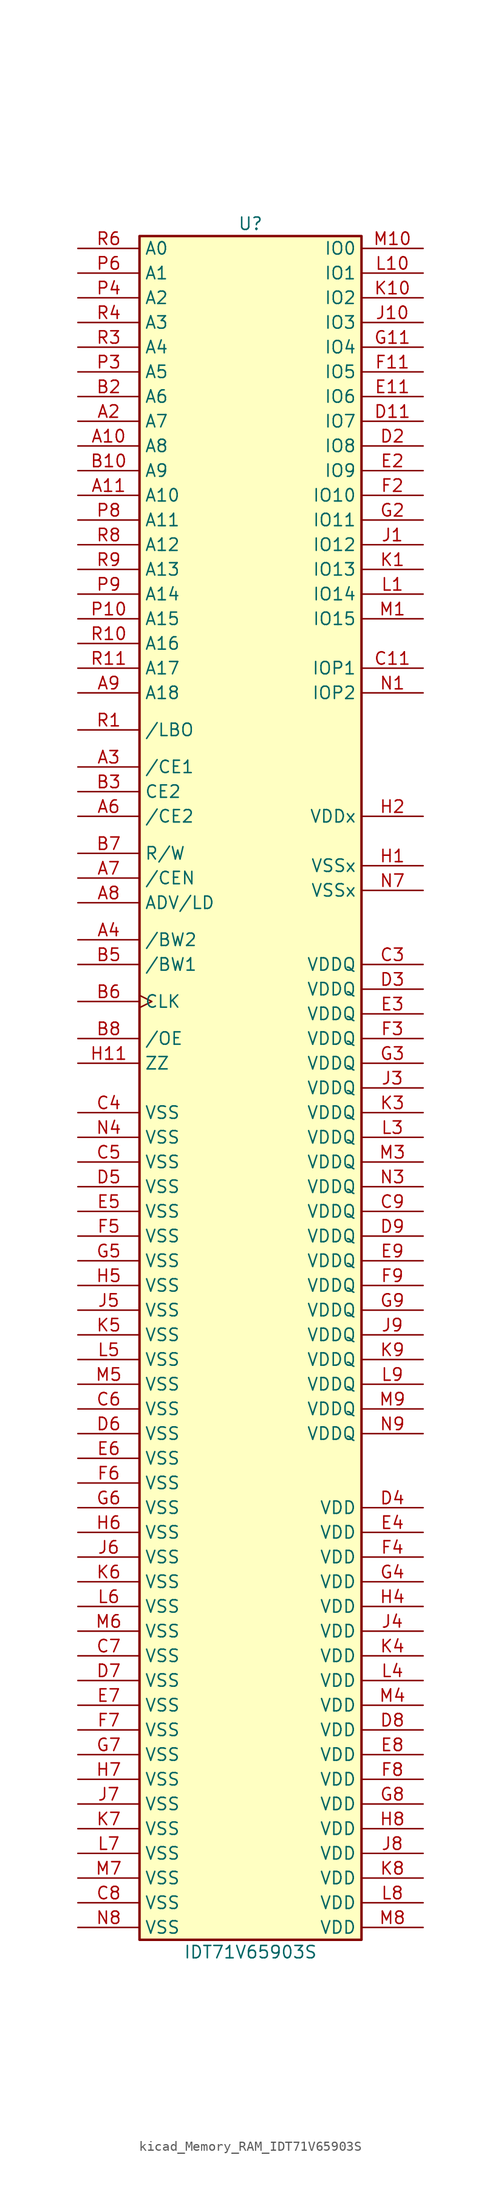
<source format=kicad_sym>
(kicad_symbol_lib
  (version 20220914)
  (generator kicad_symbol_editor)
  (symbol "kicad_Memory_RAM_IDT71V65903S"
    (property "Reference" "U"
      (at 0 88.9 0)
      (effects (font (size 1.27 1.27))))
    (property "Value" "IDT71V65903S"
      (at 0 -88.9 0)
      (effects (font (size 1.27 1.27))))
    (symbol "kicad_Memory_RAM_IDT71V65903S_0_1"
      (rectangle (start -11.43 87.63) (end 11.43 -87.63) (stroke (width 0.254) (type default)) (fill (type background))))
    (symbol "kicad_Memory_RAM_IDT71V65903S_1_1"
      (pin input line (at -17.78 66.04 0) (length 6.35) (name "A8" (effects (font (size 1.27 1.27)))) (number "A10" (effects (font (size 1.27 1.27)))))
      (pin input line (at -17.78 60.96 0) (length 6.35) (name "A10" (effects (font (size 1.27 1.27)))) (number "A11" (effects (font (size 1.27 1.27)))))
      (pin input line (at -17.78 68.58 0) (length 6.35) (name "A7" (effects (font (size 1.27 1.27)))) (number "A2" (effects (font (size 1.27 1.27)))))
      (pin input line (at -17.78 33.02 0) (length 6.35) (name "/CE1" (effects (font (size 1.27 1.27)))) (number "A3" (effects (font (size 1.27 1.27)))))
      (pin input line (at -17.78 15.24 0) (length 6.35) (name "/BW2" (effects (font (size 1.27 1.27)))) (number "A4" (effects (font (size 1.27 1.27)))))
      (pin input line (at -17.78 27.94 0) (length 6.35) (name "/CE2" (effects (font (size 1.27 1.27)))) (number "A6" (effects (font (size 1.27 1.27)))))
      (pin input line (at -17.78 21.59 0) (length 6.35) (name "/CEN" (effects (font (size 1.27 1.27)))) (number "A7" (effects (font (size 1.27 1.27)))))
      (pin input line (at -17.78 19.05 0) (length 6.35) (name "ADV/LD" (effects (font (size 1.27 1.27)))) (number "A8" (effects (font (size 1.27 1.27)))))
      (pin input line (at -17.78 40.64 0) (length 6.35) (name "A18" (effects (font (size 1.27 1.27)))) (number "A9" (effects (font (size 1.27 1.27)))))
      (pin input line (at -17.78 63.5 0) (length 6.35) (name "A9" (effects (font (size 1.27 1.27)))) (number "B10" (effects (font (size 1.27 1.27)))))
      (pin input line (at -17.78 71.12 0) (length 6.35) (name "A6" (effects (font (size 1.27 1.27)))) (number "B2" (effects (font (size 1.27 1.27)))))
      (pin input line (at -17.78 30.48 0) (length 6.35) (name "CE2" (effects (font (size 1.27 1.27)))) (number "B3" (effects (font (size 1.27 1.27)))))
      (pin input line (at -17.78 12.7 0) (length 6.35) (name "/BW1" (effects (font (size 1.27 1.27)))) (number "B5" (effects (font (size 1.27 1.27)))))
      (pin input clock (at -17.78 8.89 0) (length 6.35) (name "CLK" (effects (font (size 1.27 1.27)))) (number "B6" (effects (font (size 1.27 1.27)))))
      (pin input line (at -17.78 24.13 0) (length 6.35) (name "R/W" (effects (font (size 1.27 1.27)))) (number "B7" (effects (font (size 1.27 1.27)))))
      (pin input line (at -17.78 5.08 0) (length 6.35) (name "/OE" (effects (font (size 1.27 1.27)))) (number "B8" (effects (font (size 1.27 1.27)))))
      (pin bidirectional line (at 17.78 43.18 180) (length 6.35) (name "IOP1" (effects (font (size 1.27 1.27)))) (number "C11" (effects (font (size 1.27 1.27)))))
      (pin power_in line (at 17.78 12.7 180) (length 6.35) (name "VDDQ" (effects (font (size 1.27 1.27)))) (number "C3" (effects (font (size 1.27 1.27)))))
      (pin passive line (at -17.78 -2.54 0) (length 6.35) (name "VSS" (effects (font (size 1.27 1.27)))) (number "C4" (effects (font (size 1.27 1.27)))))
      (pin passive line (at -17.78 -7.62 0) (length 6.35) (name "VSS" (effects (font (size 1.27 1.27)))) (number "C5" (effects (font (size 1.27 1.27)))))
      (pin passive line (at -17.78 -33.02 0) (length 6.35) (name "VSS" (effects (font (size 1.27 1.27)))) (number "C6" (effects (font (size 1.27 1.27)))))
      (pin passive line (at -17.78 -58.42 0) (length 6.35) (name "VSS" (effects (font (size 1.27 1.27)))) (number "C7" (effects (font (size 1.27 1.27)))))
      (pin passive line (at -17.78 -83.82 0) (length 6.35) (name "VSS" (effects (font (size 1.27 1.27)))) (number "C8" (effects (font (size 1.27 1.27)))))
      (pin passive line (at 17.78 -12.7 180) (length 6.35) (name "VDDQ" (effects (font (size 1.27 1.27)))) (number "C9" (effects (font (size 1.27 1.27)))))
      (pin bidirectional line (at 17.78 68.58 180) (length 6.35) (name "IO7" (effects (font (size 1.27 1.27)))) (number "D11" (effects (font (size 1.27 1.27)))))
      (pin bidirectional line (at 17.78 66.04 180) (length 6.35) (name "IO8" (effects (font (size 1.27 1.27)))) (number "D2" (effects (font (size 1.27 1.27)))))
      (pin passive line (at 17.78 10.16 180) (length 6.35) (name "VDDQ" (effects (font (size 1.27 1.27)))) (number "D3" (effects (font (size 1.27 1.27)))))
      (pin passive line (at 17.78 -43.18 180) (length 6.35) (name "VDD" (effects (font (size 1.27 1.27)))) (number "D4" (effects (font (size 1.27 1.27)))))
      (pin passive line (at -17.78 -10.16 0) (length 6.35) (name "VSS" (effects (font (size 1.27 1.27)))) (number "D5" (effects (font (size 1.27 1.27)))))
      (pin passive line (at -17.78 -35.56 0) (length 6.35) (name "VSS" (effects (font (size 1.27 1.27)))) (number "D6" (effects (font (size 1.27 1.27)))))
      (pin passive line (at -17.78 -60.96 0) (length 6.35) (name "VSS" (effects (font (size 1.27 1.27)))) (number "D7" (effects (font (size 1.27 1.27)))))
      (pin passive line (at 17.78 -66.04 180) (length 6.35) (name "VDD" (effects (font (size 1.27 1.27)))) (number "D8" (effects (font (size 1.27 1.27)))))
      (pin passive line (at 17.78 -15.24 180) (length 6.35) (name "VDDQ" (effects (font (size 1.27 1.27)))) (number "D9" (effects (font (size 1.27 1.27)))))
      (pin bidirectional line (at 17.78 71.12 180) (length 6.35) (name "IO6" (effects (font (size 1.27 1.27)))) (number "E11" (effects (font (size 1.27 1.27)))))
      (pin bidirectional line (at 17.78 63.5 180) (length 6.35) (name "IO9" (effects (font (size 1.27 1.27)))) (number "E2" (effects (font (size 1.27 1.27)))))
      (pin passive line (at 17.78 7.62 180) (length 6.35) (name "VDDQ" (effects (font (size 1.27 1.27)))) (number "E3" (effects (font (size 1.27 1.27)))))
      (pin passive line (at 17.78 -45.72 180) (length 6.35) (name "VDD" (effects (font (size 1.27 1.27)))) (number "E4" (effects (font (size 1.27 1.27)))))
      (pin passive line (at -17.78 -12.7 0) (length 6.35) (name "VSS" (effects (font (size 1.27 1.27)))) (number "E5" (effects (font (size 1.27 1.27)))))
      (pin passive line (at -17.78 -38.1 0) (length 6.35) (name "VSS" (effects (font (size 1.27 1.27)))) (number "E6" (effects (font (size 1.27 1.27)))))
      (pin passive line (at -17.78 -63.5 0) (length 6.35) (name "VSS" (effects (font (size 1.27 1.27)))) (number "E7" (effects (font (size 1.27 1.27)))))
      (pin passive line (at 17.78 -68.58 180) (length 6.35) (name "VDD" (effects (font (size 1.27 1.27)))) (number "E8" (effects (font (size 1.27 1.27)))))
      (pin passive line (at 17.78 -17.78 180) (length 6.35) (name "VDDQ" (effects (font (size 1.27 1.27)))) (number "E9" (effects (font (size 1.27 1.27)))))
      (pin bidirectional line (at 17.78 73.66 180) (length 6.35) (name "IO5" (effects (font (size 1.27 1.27)))) (number "F11" (effects (font (size 1.27 1.27)))))
      (pin bidirectional line (at 17.78 60.96 180) (length 6.35) (name "IO10" (effects (font (size 1.27 1.27)))) (number "F2" (effects (font (size 1.27 1.27)))))
      (pin passive line (at 17.78 5.08 180) (length 6.35) (name "VDDQ" (effects (font (size 1.27 1.27)))) (number "F3" (effects (font (size 1.27 1.27)))))
      (pin passive line (at 17.78 -48.26 180) (length 6.35) (name "VDD" (effects (font (size 1.27 1.27)))) (number "F4" (effects (font (size 1.27 1.27)))))
      (pin passive line (at -17.78 -15.24 0) (length 6.35) (name "VSS" (effects (font (size 1.27 1.27)))) (number "F5" (effects (font (size 1.27 1.27)))))
      (pin passive line (at -17.78 -40.64 0) (length 6.35) (name "VSS" (effects (font (size 1.27 1.27)))) (number "F6" (effects (font (size 1.27 1.27)))))
      (pin passive line (at -17.78 -66.04 0) (length 6.35) (name "VSS" (effects (font (size 1.27 1.27)))) (number "F7" (effects (font (size 1.27 1.27)))))
      (pin passive line (at 17.78 -71.12 180) (length 6.35) (name "VDD" (effects (font (size 1.27 1.27)))) (number "F8" (effects (font (size 1.27 1.27)))))
      (pin passive line (at 17.78 -20.32 180) (length 6.35) (name "VDDQ" (effects (font (size 1.27 1.27)))) (number "F9" (effects (font (size 1.27 1.27)))))
      (pin bidirectional line (at 17.78 76.2 180) (length 6.35) (name "IO4" (effects (font (size 1.27 1.27)))) (number "G11" (effects (font (size 1.27 1.27)))))
      (pin bidirectional line (at 17.78 58.42 180) (length 6.35) (name "IO11" (effects (font (size 1.27 1.27)))) (number "G2" (effects (font (size 1.27 1.27)))))
      (pin passive line (at 17.78 2.54 180) (length 6.35) (name "VDDQ" (effects (font (size 1.27 1.27)))) (number "G3" (effects (font (size 1.27 1.27)))))
      (pin passive line (at 17.78 -50.8 180) (length 6.35) (name "VDD" (effects (font (size 1.27 1.27)))) (number "G4" (effects (font (size 1.27 1.27)))))
      (pin passive line (at -17.78 -17.78 0) (length 6.35) (name "VSS" (effects (font (size 1.27 1.27)))) (number "G5" (effects (font (size 1.27 1.27)))))
      (pin passive line (at -17.78 -43.18 0) (length 6.35) (name "VSS" (effects (font (size 1.27 1.27)))) (number "G6" (effects (font (size 1.27 1.27)))))
      (pin passive line (at -17.78 -68.58 0) (length 6.35) (name "VSS" (effects (font (size 1.27 1.27)))) (number "G7" (effects (font (size 1.27 1.27)))))
      (pin passive line (at 17.78 -73.66 180) (length 6.35) (name "VDD" (effects (font (size 1.27 1.27)))) (number "G8" (effects (font (size 1.27 1.27)))))
      (pin passive line (at 17.78 -22.86 180) (length 6.35) (name "VDDQ" (effects (font (size 1.27 1.27)))) (number "G9" (effects (font (size 1.27 1.27)))))
      (pin passive line (at 17.78 22.86 180) (length 6.35) (name "VSSx" (effects (font (size 1.27 1.27)))) (number "H1" (effects (font (size 1.27 1.27)))))
      (pin input line (at -17.78 2.54 0) (length 6.35) (name "ZZ" (effects (font (size 1.27 1.27)))) (number "H11" (effects (font (size 1.27 1.27)))))
      (pin passive line (at 17.78 27.94 180) (length 6.35) (name "VDDx" (effects (font (size 1.27 1.27)))) (number "H2" (effects (font (size 1.27 1.27)))))
      (pin passive line (at 17.78 -53.34 180) (length 6.35) (name "VDD" (effects (font (size 1.27 1.27)))) (number "H4" (effects (font (size 1.27 1.27)))))
      (pin passive line (at -17.78 -20.32 0) (length 6.35) (name "VSS" (effects (font (size 1.27 1.27)))) (number "H5" (effects (font (size 1.27 1.27)))))
      (pin passive line (at -17.78 -45.72 0) (length 6.35) (name "VSS" (effects (font (size 1.27 1.27)))) (number "H6" (effects (font (size 1.27 1.27)))))
      (pin passive line (at -17.78 -71.12 0) (length 6.35) (name "VSS" (effects (font (size 1.27 1.27)))) (number "H7" (effects (font (size 1.27 1.27)))))
      (pin passive line (at 17.78 -76.2 180) (length 6.35) (name "VDD" (effects (font (size 1.27 1.27)))) (number "H8" (effects (font (size 1.27 1.27)))))
      (pin bidirectional line (at 17.78 55.88 180) (length 6.35) (name "IO12" (effects (font (size 1.27 1.27)))) (number "J1" (effects (font (size 1.27 1.27)))))
      (pin bidirectional line (at 17.78 78.74 180) (length 6.35) (name "IO3" (effects (font (size 1.27 1.27)))) (number "J10" (effects (font (size 1.27 1.27)))))
      (pin passive line (at 17.78 0 180) (length 6.35) (name "VDDQ" (effects (font (size 1.27 1.27)))) (number "J3" (effects (font (size 1.27 1.27)))))
      (pin passive line (at 17.78 -55.88 180) (length 6.35) (name "VDD" (effects (font (size 1.27 1.27)))) (number "J4" (effects (font (size 1.27 1.27)))))
      (pin passive line (at -17.78 -22.86 0) (length 6.35) (name "VSS" (effects (font (size 1.27 1.27)))) (number "J5" (effects (font (size 1.27 1.27)))))
      (pin passive line (at -17.78 -48.26 0) (length 6.35) (name "VSS" (effects (font (size 1.27 1.27)))) (number "J6" (effects (font (size 1.27 1.27)))))
      (pin passive line (at -17.78 -73.66 0) (length 6.35) (name "VSS" (effects (font (size 1.27 1.27)))) (number "J7" (effects (font (size 1.27 1.27)))))
      (pin passive line (at 17.78 -78.74 180) (length 6.35) (name "VDD" (effects (font (size 1.27 1.27)))) (number "J8" (effects (font (size 1.27 1.27)))))
      (pin passive line (at 17.78 -25.4 180) (length 6.35) (name "VDDQ" (effects (font (size 1.27 1.27)))) (number "J9" (effects (font (size 1.27 1.27)))))
      (pin bidirectional line (at 17.78 53.34 180) (length 6.35) (name "IO13" (effects (font (size 1.27 1.27)))) (number "K1" (effects (font (size 1.27 1.27)))))
      (pin bidirectional line (at 17.78 81.28 180) (length 6.35) (name "IO2" (effects (font (size 1.27 1.27)))) (number "K10" (effects (font (size 1.27 1.27)))))
      (pin passive line (at 17.78 -2.54 180) (length 6.35) (name "VDDQ" (effects (font (size 1.27 1.27)))) (number "K3" (effects (font (size 1.27 1.27)))))
      (pin passive line (at 17.78 -58.42 180) (length 6.35) (name "VDD" (effects (font (size 1.27 1.27)))) (number "K4" (effects (font (size 1.27 1.27)))))
      (pin passive line (at -17.78 -25.4 0) (length 6.35) (name "VSS" (effects (font (size 1.27 1.27)))) (number "K5" (effects (font (size 1.27 1.27)))))
      (pin passive line (at -17.78 -50.8 0) (length 6.35) (name "VSS" (effects (font (size 1.27 1.27)))) (number "K6" (effects (font (size 1.27 1.27)))))
      (pin passive line (at -17.78 -76.2 0) (length 6.35) (name "VSS" (effects (font (size 1.27 1.27)))) (number "K7" (effects (font (size 1.27 1.27)))))
      (pin passive line (at 17.78 -81.28 180) (length 6.35) (name "VDD" (effects (font (size 1.27 1.27)))) (number "K8" (effects (font (size 1.27 1.27)))))
      (pin passive line (at 17.78 -27.94 180) (length 6.35) (name "VDDQ" (effects (font (size 1.27 1.27)))) (number "K9" (effects (font (size 1.27 1.27)))))
      (pin bidirectional line (at 17.78 50.8 180) (length 6.35) (name "IO14" (effects (font (size 1.27 1.27)))) (number "L1" (effects (font (size 1.27 1.27)))))
      (pin bidirectional line (at 17.78 83.82 180) (length 6.35) (name "IO1" (effects (font (size 1.27 1.27)))) (number "L10" (effects (font (size 1.27 1.27)))))
      (pin passive line (at 17.78 -5.08 180) (length 6.35) (name "VDDQ" (effects (font (size 1.27 1.27)))) (number "L3" (effects (font (size 1.27 1.27)))))
      (pin passive line (at 17.78 -60.96 180) (length 6.35) (name "VDD" (effects (font (size 1.27 1.27)))) (number "L4" (effects (font (size 1.27 1.27)))))
      (pin passive line (at -17.78 -27.94 0) (length 6.35) (name "VSS" (effects (font (size 1.27 1.27)))) (number "L5" (effects (font (size 1.27 1.27)))))
      (pin passive line (at -17.78 -53.34 0) (length 6.35) (name "VSS" (effects (font (size 1.27 1.27)))) (number "L6" (effects (font (size 1.27 1.27)))))
      (pin passive line (at -17.78 -78.74 0) (length 6.35) (name "VSS" (effects (font (size 1.27 1.27)))) (number "L7" (effects (font (size 1.27 1.27)))))
      (pin passive line (at 17.78 -83.82 180) (length 6.35) (name "VDD" (effects (font (size 1.27 1.27)))) (number "L8" (effects (font (size 1.27 1.27)))))
      (pin passive line (at 17.78 -30.48 180) (length 6.35) (name "VDDQ" (effects (font (size 1.27 1.27)))) (number "L9" (effects (font (size 1.27 1.27)))))
      (pin bidirectional line (at 17.78 48.26 180) (length 6.35) (name "IO15" (effects (font (size 1.27 1.27)))) (number "M1" (effects (font (size 1.27 1.27)))))
      (pin bidirectional line (at 17.78 86.36 180) (length 6.35) (name "IO0" (effects (font (size 1.27 1.27)))) (number "M10" (effects (font (size 1.27 1.27)))))
      (pin passive line (at 17.78 -7.62 180) (length 6.35) (name "VDDQ" (effects (font (size 1.27 1.27)))) (number "M3" (effects (font (size 1.27 1.27)))))
      (pin passive line (at 17.78 -63.5 180) (length 6.35) (name "VDD" (effects (font (size 1.27 1.27)))) (number "M4" (effects (font (size 1.27 1.27)))))
      (pin passive line (at -17.78 -30.48 0) (length 6.35) (name "VSS" (effects (font (size 1.27 1.27)))) (number "M5" (effects (font (size 1.27 1.27)))))
      (pin passive line (at -17.78 -55.88 0) (length 6.35) (name "VSS" (effects (font (size 1.27 1.27)))) (number "M6" (effects (font (size 1.27 1.27)))))
      (pin passive line (at -17.78 -81.28 0) (length 6.35) (name "VSS" (effects (font (size 1.27 1.27)))) (number "M7" (effects (font (size 1.27 1.27)))))
      (pin passive line (at 17.78 -86.36 180) (length 6.35) (name "VDD" (effects (font (size 1.27 1.27)))) (number "M8" (effects (font (size 1.27 1.27)))))
      (pin passive line (at 17.78 -33.02 180) (length 6.35) (name "VDDQ" (effects (font (size 1.27 1.27)))) (number "M9" (effects (font (size 1.27 1.27)))))
      (pin bidirectional line (at 17.78 40.64 180) (length 6.35) (name "IOP2" (effects (font (size 1.27 1.27)))) (number "N1" (effects (font (size 1.27 1.27)))))
      (pin passive line (at 17.78 -10.16 180) (length 6.35) (name "VDDQ" (effects (font (size 1.27 1.27)))) (number "N3" (effects (font (size 1.27 1.27)))))
      (pin passive line (at -17.78 -5.08 0) (length 6.35) (name "VSS" (effects (font (size 1.27 1.27)))) (number "N4" (effects (font (size 1.27 1.27)))))
      (pin passive line (at 17.78 20.32 180) (length 6.35) (name "VSSx" (effects (font (size 1.27 1.27)))) (number "N7" (effects (font (size 1.27 1.27)))))
      (pin passive line (at -17.78 -86.36 0) (length 6.35) (name "VSS" (effects (font (size 1.27 1.27)))) (number "N8" (effects (font (size 1.27 1.27)))))
      (pin power_in line (at 17.78 -35.56 180) (length 6.35) (name "VDDQ" (effects (font (size 1.27 1.27)))) (number "N9" (effects (font (size 1.27 1.27)))))
      (pin input line (at -17.78 48.26 0) (length 6.35) (name "A15" (effects (font (size 1.27 1.27)))) (number "P10" (effects (font (size 1.27 1.27)))))
      (pin input line (at -17.78 73.66 0) (length 6.35) (name "A5" (effects (font (size 1.27 1.27)))) (number "P3" (effects (font (size 1.27 1.27)))))
      (pin input line (at -17.78 81.28 0) (length 6.35) (name "A2" (effects (font (size 1.27 1.27)))) (number "P4" (effects (font (size 1.27 1.27)))))
      (pin input line (at -17.78 83.82 0) (length 6.35) (name "A1" (effects (font (size 1.27 1.27)))) (number "P6" (effects (font (size 1.27 1.27)))))
      (pin input line (at -17.78 58.42 0) (length 6.35) (name "A11" (effects (font (size 1.27 1.27)))) (number "P8" (effects (font (size 1.27 1.27)))))
      (pin input line (at -17.78 50.8 0) (length 6.35) (name "A14" (effects (font (size 1.27 1.27)))) (number "P9" (effects (font (size 1.27 1.27)))))
      (pin input line (at -17.78 36.83 0) (length 6.35) (name "/LBO" (effects (font (size 1.27 1.27)))) (number "R1" (effects (font (size 1.27 1.27)))))
      (pin input line (at -17.78 45.72 0) (length 6.35) (name "A16" (effects (font (size 1.27 1.27)))) (number "R10" (effects (font (size 1.27 1.27)))))
      (pin input line (at -17.78 43.18 0) (length 6.35) (name "A17" (effects (font (size 1.27 1.27)))) (number "R11" (effects (font (size 1.27 1.27)))))
      (pin input line (at -17.78 76.2 0) (length 6.35) (name "A4" (effects (font (size 1.27 1.27)))) (number "R3" (effects (font (size 1.27 1.27)))))
      (pin input line (at -17.78 78.74 0) (length 6.35) (name "A3" (effects (font (size 1.27 1.27)))) (number "R4" (effects (font (size 1.27 1.27)))))
      (pin input line (at -17.78 86.36 0) (length 6.35) (name "A0" (effects (font (size 1.27 1.27)))) (number "R6" (effects (font (size 1.27 1.27)))))
      (pin input line (at -17.78 55.88 0) (length 6.35) (name "A12" (effects (font (size 1.27 1.27)))) (number "R8" (effects (font (size 1.27 1.27)))))
      (pin input line (at -17.78 53.34 0) (length 6.35) (name "A13" (effects (font (size 1.27 1.27)))) (number "R9" (effects (font (size 1.27 1.27))))))))
</source>
